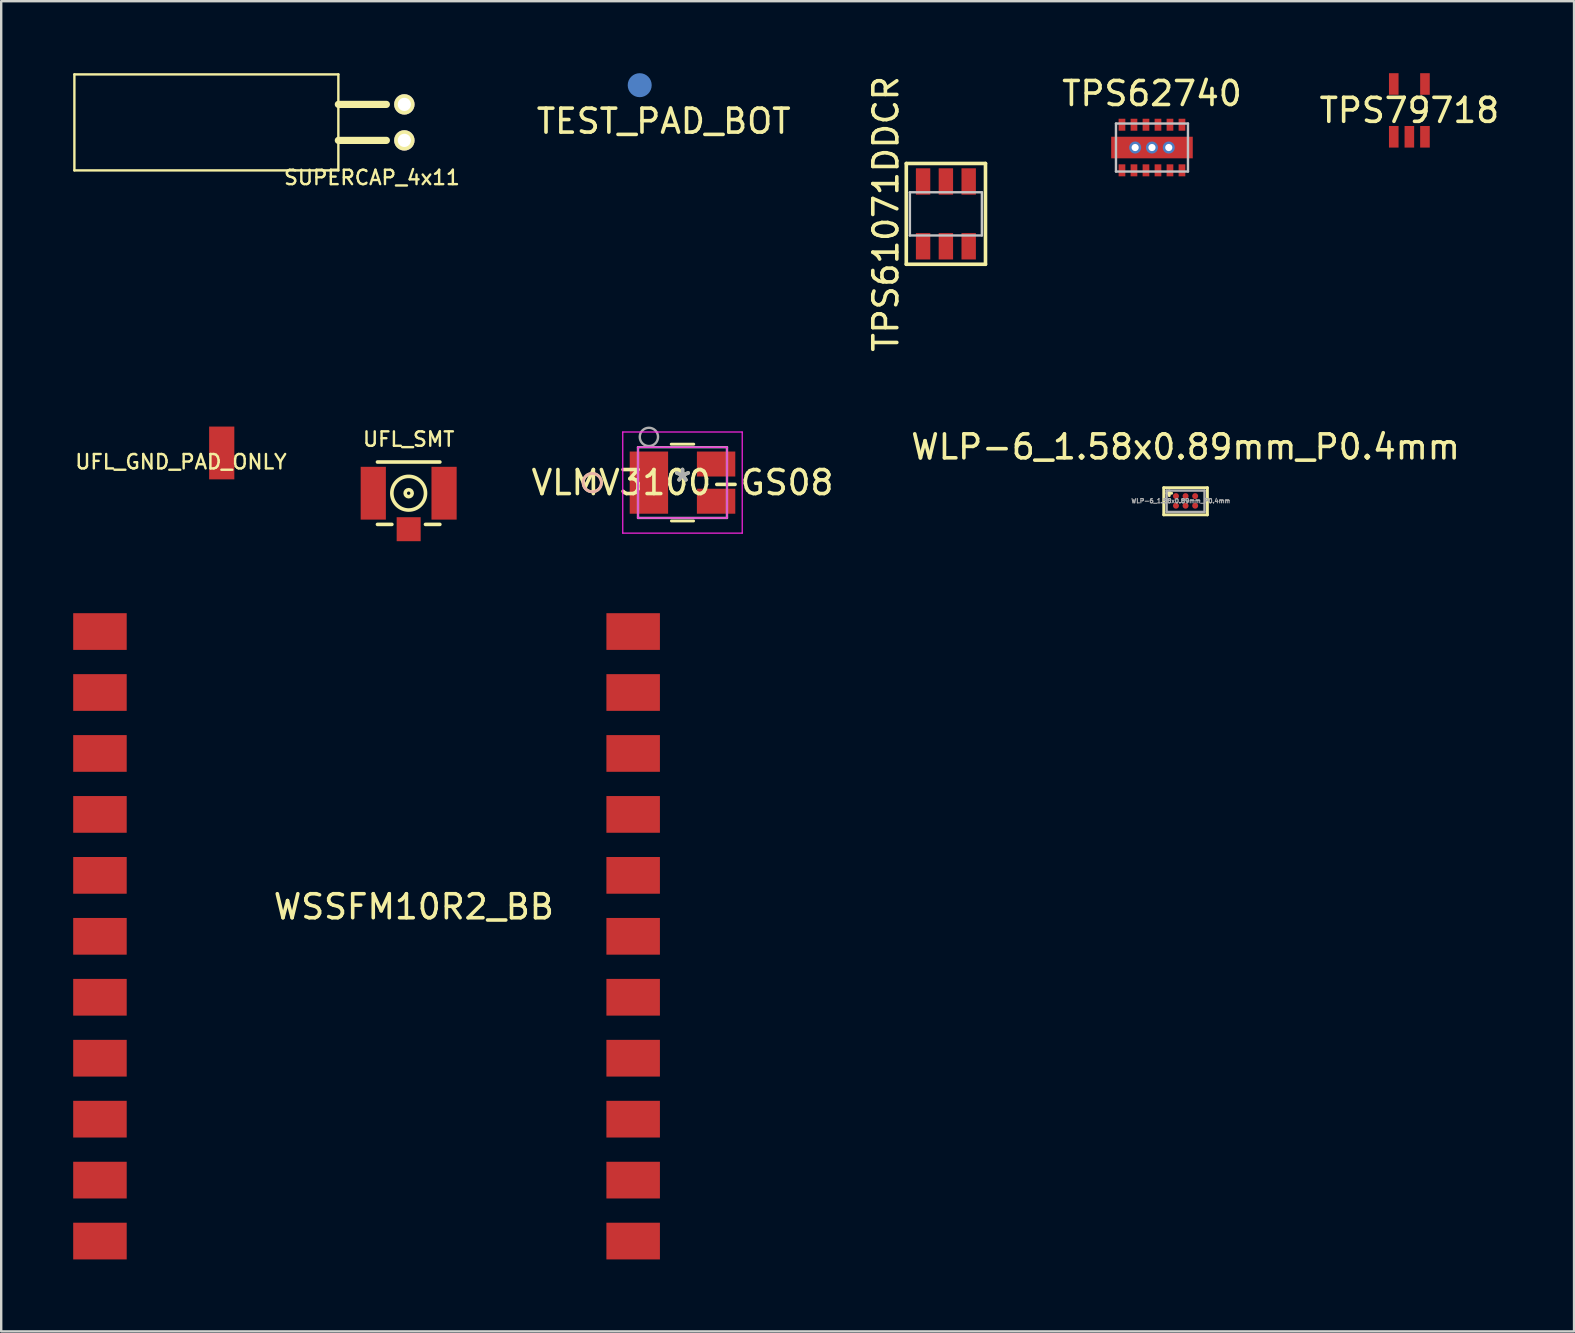
<source format=kicad_pcb>
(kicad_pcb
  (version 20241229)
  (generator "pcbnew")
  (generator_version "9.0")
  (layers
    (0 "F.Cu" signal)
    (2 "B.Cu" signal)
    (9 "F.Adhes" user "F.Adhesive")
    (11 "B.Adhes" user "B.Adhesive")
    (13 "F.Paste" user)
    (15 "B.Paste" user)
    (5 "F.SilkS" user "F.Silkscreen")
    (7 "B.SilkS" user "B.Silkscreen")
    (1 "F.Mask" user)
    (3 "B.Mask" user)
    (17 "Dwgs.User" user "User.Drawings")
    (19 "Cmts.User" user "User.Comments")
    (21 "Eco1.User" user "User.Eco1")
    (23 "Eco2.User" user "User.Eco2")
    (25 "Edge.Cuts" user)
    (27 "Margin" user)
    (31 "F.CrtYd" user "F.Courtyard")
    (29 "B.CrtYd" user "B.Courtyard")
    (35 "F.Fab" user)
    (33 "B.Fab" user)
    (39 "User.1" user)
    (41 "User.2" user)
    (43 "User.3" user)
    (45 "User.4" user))
  (footprint "SUPERCAP_4x11"
    (layer "F.Cu")
    (at 5.55 2.05)
    (property "Reference" "SUPERCAP_4x11" (at 6.9 2.3 0) (layer "F.SilkS") (effects (font (size 0.6 0.6) (thickness 0.1))))
    (attr through_hole)
    (fp_line (start -5.5 -2) (end 5.5 -2) (stroke (width 0.1) (type solid)) (layer "F.SilkS"))
    (fp_line (start -5.5 2) (end -5.5 -2) (stroke (width 0.1) (type solid)) (layer "F.SilkS"))
    (fp_line (start -5.5 2) (end 5.5 2) (stroke (width 0.1) (type solid)) (layer "F.SilkS"))
    (fp_line (start 5.5 -0.75) (end 7.5 -0.75) (stroke (width 0.3) (type solid)) (layer "F.SilkS"))
    (fp_line (start 5.5 0.75) (end 7.5 0.75) (stroke (width 0.3) (type solid)) (layer "F.SilkS"))
    (fp_line (start 5.5 2) (end 5.5 -2) (stroke (width 0.1) (type solid)) (layer "F.SilkS"))
    (pad "1" thru_hole circle (at 8.25 -0.75) (size 0.85 0.85) (drill 0.55) (layers "*.Cu" "*.Mask" "F.SilkS"))
    (pad "2" thru_hole circle (at 8.25 0.75) (size 0.85 0.85) (drill 0.55) (layers "*.Cu" "*.Mask" "F.SilkS")))
  (footprint "TPS62740"
    (layer "F.Cu")
    (at 44.955 3.098)
    (property "Reference" "TPS62740" (at 0 -2.25 0) (layer "F.SilkS") (effects (font (size 1 1) (thickness 0.15))))
    (attr through_hole)
    (fp_line (start -1.5 -1) (end -1.5 1) (stroke (width 0.1) (type solid)) (layer "Dwgs.User"))
    (fp_line (start -1.5 1) (end 1.5 1) (stroke (width 0.1) (type solid)) (layer "Dwgs.User"))
    (fp_line (start 1.5 -1) (end -1.5 -1) (stroke (width 0.1) (type solid)) (layer "Dwgs.User"))
    (fp_line (start 1.5 1) (end 1.5 -1) (stroke (width 0.1) (type solid)) (layer "Dwgs.User"))
    (pad "1" smd rect (at -1.25 0.95) (size 0.28 0.5) (layers "F.Cu" "F.Mask" "F.Paste"))
    (pad "2" smd rect (at -0.75 0.95) (size 0.28 0.5) (layers "F.Cu" "F.Mask" "F.Paste"))
    (pad "3" smd rect (at -0.25 0.95) (size 0.28 0.5) (layers "F.Cu" "F.Mask" "F.Paste"))
    (pad "4" smd rect (at 0.25 0.95) (size 0.28 0.5) (layers "F.Cu" "F.Mask" "F.Paste"))
    (pad "5" smd rect (at 0.75 0.95) (size 0.28 0.5) (layers "F.Cu" "F.Mask" "F.Paste"))
    (pad "6" smd rect (at 1.25 0.95) (size 0.28 0.5) (layers "F.Cu" "F.Mask" "F.Paste"))
    (pad "7" smd rect (at 1.25 -0.95) (size 0.28 0.5) (layers "F.Cu" "F.Mask" "F.Paste"))
    (pad "8" smd rect (at 0.75 -0.95) (size 0.28 0.5) (layers "F.Cu" "F.Mask" "F.Paste"))
    (pad "9" smd rect (at 0.25 -0.95) (size 0.28 0.5) (layers "F.Cu" "F.Mask" "F.Paste"))
    (pad "10" smd rect (at -0.25 -0.95) (size 0.28 0.5) (layers "F.Cu" "F.Mask" "F.Paste"))
    (pad "11" smd rect (at -0.75 -0.95) (size 0.28 0.5) (layers "F.Cu" "F.Mask" "F.Paste"))
    (pad "12" smd rect (at -1.25 -0.95) (size 0.28 0.5) (layers "F.Cu" "F.Mask" "F.Paste"))
    (pad "13" thru_hole circle (at -0.7 0) (size 0.5 0.5) (drill 0.3) (layers "*.Cu"))
    (pad "13" thru_hole circle (at 0 0) (size 0.5 0.5) (drill 0.3) (layers "*.Cu"))
    (pad "13" smd rect (at 0 0) (size 3.4 0.9) (layers "F.Cu" "F.Mask" "F.Paste"))
    (pad "13" thru_hole circle (at 0.7 0) (size 0.5 0.5) (drill 0.3) (layers "*.Cu")))
  (footprint "TEST_PAD_BOT"
    (layer "F.Cu")
    (at 23.608 0.5)
    (property "Reference" "TEST_PAD_BOT" (at 1 1.5 0) (layer "F.SilkS") (effects (font (size 1 1) (thickness 0.15))))
    (attr through_hole)
    (pad "1" smd circle (at 0 0) (size 1 1) (layers "B.Cu" "B.Mask")))
  (footprint "WSSFM10R2_BB"
    (layer "F.Cu")
    (at 12.235 35.968)
    (property "Reference" "WSSFM10R2_BB" (at 1.96 -1.23 0) (layer "F.SilkS") (effects (font (size 1 1) (thickness 0.15))))
    (attr through_hole)
    (pad "1" smd rect (at -11.12 -12.7) (size 2.23 1.53) (layers "F.Cu" "F.Mask" "F.Paste"))
    (pad "2" smd rect (at -11.12 -10.16) (size 2.23 1.53) (layers "F.Cu" "F.Mask" "F.Paste"))
    (pad "3" smd rect (at -11.12 -7.62) (size 2.23 1.53) (layers "F.Cu" "F.Mask" "F.Paste"))
    (pad "4" smd rect (at -11.12 -5.08) (size 2.23 1.53) (layers "F.Cu" "F.Mask" "F.Paste"))
    (pad "5" smd rect (at -11.12 -2.54) (size 2.23 1.53) (layers "F.Cu" "F.Mask" "F.Paste"))
    (pad "6" smd rect (at -11.12 0) (size 2.23 1.53) (layers "F.Cu" "F.Mask" "F.Paste"))
    (pad "7" smd rect (at -11.12 2.54) (size 2.23 1.53) (layers "F.Cu" "F.Mask" "F.Paste"))
    (pad "8" smd rect (at -11.12 5.08) (size 2.23 1.53) (layers "F.Cu" "F.Mask" "F.Paste"))
    (pad "9" smd rect (at -11.12 7.62) (size 2.23 1.53) (layers "F.Cu" "F.Mask" "F.Paste"))
    (pad "10" smd rect (at -11.12 10.16) (size 2.23 1.53) (layers "F.Cu" "F.Mask" "F.Paste"))
    (pad "11" smd rect (at -11.12 12.7) (size 2.23 1.53) (layers "F.Cu" "F.Mask" "F.Paste"))
    (pad "12" smd rect (at 11.1 12.7) (size 2.23 1.53) (layers "F.Cu" "F.Mask" "F.Paste"))
    (pad "13" smd rect (at 11.1 10.16) (size 2.23 1.53) (layers "F.Cu" "F.Mask" "F.Paste"))
    (pad "14" smd rect (at 11.1 7.62) (size 2.23 1.53) (layers "F.Cu" "F.Mask" "F.Paste"))
    (pad "15" smd rect (at 11.1 5.08) (size 2.23 1.53) (layers "F.Cu" "F.Mask" "F.Paste"))
    (pad "16" smd rect (at 11.1 2.54) (size 2.23 1.53) (layers "F.Cu" "F.Mask" "F.Paste"))
    (pad "17" smd rect (at 11.1 0) (size 2.23 1.53) (layers "F.Cu" "F.Mask" "F.Paste"))
    (pad "18" smd rect (at 11.1 -2.54) (size 2.23 1.53) (layers "F.Cu" "F.Mask" "F.Paste"))
    (pad "19" smd rect (at 11.1 -5.08) (size 2.23 1.53) (layers "F.Cu" "F.Mask" "F.Paste"))
    (pad "20" smd rect (at 11.1 -7.62) (size 2.23 1.53) (layers "F.Cu" "F.Mask" "F.Paste"))
    (pad "21" smd rect (at 11.1 -10.16) (size 2.23 1.53) (layers "F.Cu" "F.Mask" "F.Paste"))
    (pad "22" smd rect (at 11.1 -12.7) (size 2.23 1.53) (layers "F.Cu" "F.Mask" "F.Paste")))
  (footprint "UFL_GND_PAD_ONLY"
    (layer "F.Cu")
    (at 5.59 16.996)
    (property "Reference" "UFL_GND_PAD_ONLY" (at -1.1 -0.8 0) (layer "F.SilkS") (effects (font (size 0.6 0.6) (thickness 0.1))))
    (attr through_hole)
    (pad "1" smd rect (at 0.6 -1.17) (size 1.05 2.2) (layers "F.Cu" "F.Mask" "F.Paste")))
  (footprint "VLMV3100-GS08"
    (layer "F.Cu")
    (at 25.391 17.06)
    (property "Reference" "VLMV3100-GS08" (at 0 0.002 0) (layer "F.SilkS") (effects (font (size 1 1) (thickness 0.15))))
    (attr through_hole)
    (fp_line (start -0.462 1.6) (end 0.462 1.6) (stroke (width 0.12) (type solid)) (layer "F.SilkS"))
    (fp_line (start 0.47 -1.6) (end -0.471 -1.6) (stroke (width 0.12) (type solid)) (layer "F.SilkS"))
    (fp_circle (center -3.759 0.002) (end -3.378 0.002) (stroke (width 0.12) (type solid)) (fill no) (layer "F.SilkS"))
    (fp_circle (center -3.759 0.002) (end -3.378 0.002) (stroke (width 0.12) (type solid)) (fill no) (layer "B.SilkS"))
    (fp_line (start -2.489 -2.108) (end -2.489 2.108) (stroke (width 0.05) (type solid)) (layer "F.CrtYd"))
    (fp_line (start -2.489 2.108) (end 2.489 2.108) (stroke (width 0.05) (type solid)) (layer "F.CrtYd"))
    (fp_line (start -1.854 -1.473) (end 1.854 -1.473) (stroke (width 0.05) (type solid)) (layer "F.CrtYd"))
    (fp_line (start -1.854 1.473) (end -1.854 -1.473) (stroke (width 0.05) (type solid)) (layer "F.CrtYd"))
    (fp_line (start 1.854 -1.473) (end 1.854 1.473) (stroke (width 0.05) (type solid)) (layer "F.CrtYd"))
    (fp_line (start 1.854 1.473) (end -1.854 1.473) (stroke (width 0.05) (type solid)) (layer "F.CrtYd"))
    (fp_line (start 2.489 -2.108) (end -2.489 -2.108) (stroke (width 0.05) (type solid)) (layer "F.CrtYd"))
    (fp_line (start 2.489 2.108) (end 2.489 -2.108) (stroke (width 0.05) (type solid)) (layer "F.CrtYd"))
    (fp_line (start -1.854 -1.473) (end -1.854 1.473) (stroke (width 0.1) (type solid)) (layer "F.Fab"))
    (fp_line (start -1.854 1.473) (end 1.854 1.473) (stroke (width 0.1) (type solid)) (layer "F.Fab"))
    (fp_line (start 1.854 -1.473) (end -1.854 -1.473) (stroke (width 0.1) (type solid)) (layer "F.Fab"))
    (fp_line (start 1.854 1.473) (end 1.854 -1.473) (stroke (width 0.1) (type solid)) (layer "F.Fab"))
    (fp_circle (center -1.4 -1.903) (end -1.019 -1.903) (stroke (width 0.1) (type solid)) (fill no) (layer "F.Fab"))
    (fp_text user "*" (at 0 0 0) (layer "F.SilkS") (effects (font (size 1 1) (thickness 0.15))))
    (fp_text user "Copyright 2021 Accelerated Designs. All rights reserved." (at 0 0 0) (layer "Cmts.User") (effects (font (size 0.127 0.127) (thickness 0.002))))
    (fp_text user "*" (at 0 0 0) (layer "F.Fab") (effects (font (size 1 1) (thickness 0.15))))
    (pad "1" smd rect (at -1.4 0.002) (size 1.6 2.591) (layers "F.Cu" "F.Mask" "F.Paste"))
    (pad "2" smd rect (at 1.4 -0.773) (size 1.6 1.041) (layers "F.Cu" "F.Mask" "F.Paste"))
    (pad "3" smd rect (at 1.4 0.777) (size 1.6 1.041) (layers "F.Cu" "F.Mask" "F.Paste")))
  (footprint "UFL_SMT"
    (layer "F.Cu")
    (at 13.98 17.503)
    (property "Reference" "UFL_SMT" (at 0 -2.25 0) (layer "F.SilkS") (effects (font (size 0.6 0.6) (thickness 0.1))))
    (attr through_hole)
    (fp_line (start -1.3 -1.3) (end 1.3 -1.3) (stroke (width 0.15) (type solid)) (layer "F.SilkS"))
    (fp_line (start -0.7 1.3) (end -1.3 1.3) (stroke (width 0.15) (type solid)) (layer "F.SilkS"))
    (fp_line (start 1.3 1.3) (end 0.7 1.3) (stroke (width 0.15) (type solid)) (layer "F.SilkS"))
    (fp_circle (center 0 0) (end 0.05 0.05) (stroke (width 0.15) (type solid)) (fill no) (layer "F.SilkS"))
    (fp_circle (center 0 0) (end 0.7 0.05) (stroke (width 0.15) (type solid)) (fill no) (layer "F.SilkS"))
    (pad "1" smd rect (at 0 1.5) (size 1 1) (layers "F.Cu" "F.Mask" "F.Paste"))
    (pad "2" smd rect (at -1.475 0) (size 1.05 2.2) (layers "F.Cu" "F.Mask" "F.Paste"))
    (pad "3" smd rect (at 1.475 0) (size 1.05 2.2) (layers "F.Cu" "F.Mask" "F.Paste")))
  (footprint "TPS79718"
    (layer "F.Cu")
    (at 55.681 1.55)
    (property "Reference" "TPS79718" (at 0 0 0) (layer "F.SilkS") (effects (font (size 1 1) (thickness 0.15))))
    (attr through_hole)
    (pad "1" smd rect (at -0.65 1.1) (size 0.4 0.9) (layers "F.Cu" "F.Mask" "F.Paste"))
    (pad "2" smd rect (at 0 1.1) (size 0.4 0.9) (layers "F.Cu" "F.Mask" "F.Paste"))
    (pad "3" smd rect (at 0.65 1.1) (size 0.4 0.9) (layers "F.Cu" "F.Mask" "F.Paste"))
    (pad "4" smd rect (at 0.65 -1.1) (size 0.4 0.9) (layers "F.Cu" "F.Mask" "F.Paste"))
    (pad "5" smd rect (at -0.65 -1.1) (size 0.4 0.9) (layers "F.Cu" "F.Mask" "F.Paste")))
  (footprint "TPS61071DDCR"
    (layer "F.Cu")
    (at 36.367 5.863)
    (property "Reference" "TPS61071DDCR" (at -2.5 0 90) (layer "F.SilkS") (effects (font (size 1 1) (thickness 0.15))))
    (attr through_hole)
    (fp_line (start -1.65 -2.1) (end 1.65 -2.1) (stroke (width 0.15) (type solid)) (layer "F.SilkS"))
    (fp_line (start -1.65 2.1) (end -1.65 -2.1) (stroke (width 0.15) (type solid)) (layer "F.SilkS"))
    (fp_line (start -1.65 2.1) (end 1.65 2.1) (stroke (width 0.15) (type solid)) (layer "F.SilkS"))
    (fp_line (start 1.65 2.1) (end 1.65 -2.1) (stroke (width 0.15) (type solid)) (layer "F.SilkS"))
    (fp_line (start -1.5 -0.9) (end -1.5 0.9) (stroke (width 0.1) (type solid)) (layer "Dwgs.User"))
    (fp_line (start -1.5 -0.9) (end 1.5 -0.9) (stroke (width 0.1) (type solid)) (layer "Dwgs.User"))
    (fp_line (start -1.5 0.9) (end 1.5 0.9) (stroke (width 0.1) (type solid)) (layer "Dwgs.User"))
    (fp_line (start 1.5 -0.9) (end 1.5 0.9) (stroke (width 0.1) (type solid)) (layer "Dwgs.User"))
    (pad "1" smd rect (at -0.95 1.35) (size 0.6 1.1) (layers "F.Cu" "F.Mask" "F.Paste"))
    (pad "2" smd rect (at 0 1.35) (size 0.6 1.1) (layers "F.Cu" "F.Mask" "F.Paste"))
    (pad "3" smd rect (at 0.95 1.35) (size 0.6 1.1) (layers "F.Cu" "F.Mask" "F.Paste"))
    (pad "4" smd rect (at 0.95 -1.35) (size 0.6 1.1) (layers "F.Cu" "F.Mask" "F.Paste"))
    (pad "5" smd rect (at 0 -1.35) (size 0.6 1.1) (layers "F.Cu" "F.Mask" "F.Paste"))
    (pad "6" smd rect (at -0.95 -1.35) (size 0.6 1.1) (layers "F.Cu" "F.Mask" "F.Paste")))
  (footprint "WLP-6_1.58x0.89mm_P0.4mm"
    (layer "F.Cu")
    (at 46.355 17.824)
    (property "Reference" "WLP-6_1.58x0.89mm_P0.4mm" (at 0 -2.25 0) (layer "F.SilkS") (effects (font (size 1 1) (thickness 0.15))))
    (attr smd)
    (fp_line (start -0.91 -0.55) (end -0.91 0.58) (stroke (width 0.12) (type solid)) (layer "F.SilkS"))
    (fp_line (start -0.91 0.58) (end 0.91 0.58) (stroke (width 0.12) (type solid)) (layer "F.SilkS"))
    (fp_line (start -0.68 -0.42) (end -0.68 -0.22) (stroke (width 0.12) (type solid)) (layer "F.SilkS"))
    (fp_line (start -0.58 -0.32) (end -0.78 -0.32) (stroke (width 0.12) (type solid)) (layer "F.SilkS"))
    (fp_line (start 0.91 -0.55) (end -0.91 -0.55) (stroke (width 0.12) (type solid)) (layer "F.SilkS"))
    (fp_line (start 0.91 0.58) (end 0.91 -0.55) (stroke (width 0.12) (type solid)) (layer "F.SilkS"))
    (fp_line (start -0.79 -0.43) (end -0.79 0.46) (stroke (width 0.1) (type solid)) (layer "F.Fab"))
    (fp_line (start 0.79 -0.43) (end -0.79 -0.43) (stroke (width 0.1) (type solid)) (layer "F.Fab"))
    (fp_line (start 0.79 -0.43) (end 0.79 0.46) (stroke (width 0.1) (type solid)) (layer "F.Fab"))
    (fp_line (start 0.79 0.46) (end -0.79 0.46) (stroke (width 0.1) (type solid)) (layer "F.Fab"))
    (fp_text user "${REFERENCE}" (at -0.2 0 0) (layer "F.Fab") (effects (font (size 0.18 0.18) (thickness 0.045))))
    (pad "A1" smd circle (at -0.4 -0.2) (size 0.25 0.25) (layers "F.Cu" "F.Mask" "F.Paste"))
    (pad "A2" smd circle (at 0 -0.2) (size 0.25 0.25) (layers "F.Cu" "F.Mask" "F.Paste"))
    (pad "A3" smd circle (at 0.4 -0.2) (size 0.25 0.25) (layers "F.Cu" "F.Mask" "F.Paste"))
    (pad "B1" smd circle (at -0.4 0.2) (size 0.25 0.25) (layers "F.Cu" "F.Mask" "F.Paste"))
    (pad "B2" smd circle (at 0 0.2) (size 0.25 0.25) (layers "F.Cu" "F.Mask" "F.Paste"))
    (pad "B3" smd circle (at 0.4 0.2) (size 0.25 0.25) (layers "F.Cu" "F.Mask" "F.Paste")))
  (gr_rect
    (start -3 -3)
    (end 62.544 52.433)
    (stroke (width 0.1) (type default))
    (fill no)
    (layer "Edge.Cuts")))
</source>
